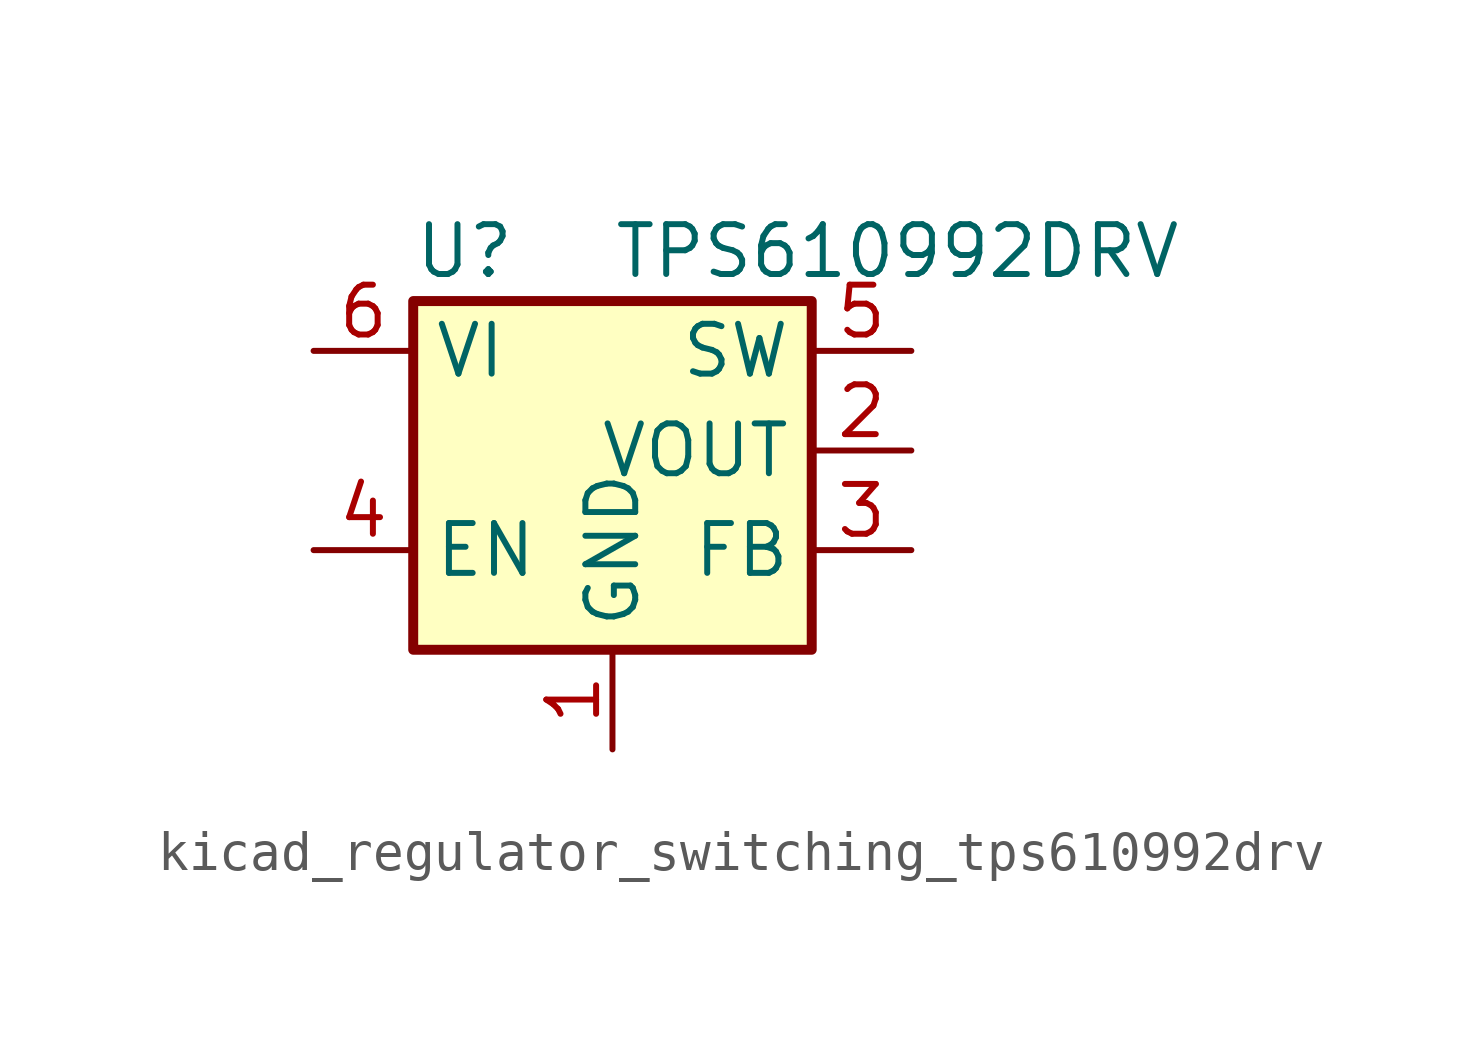
<source format=kicad_sym>
(kicad_symbol_lib
  (version 20220914)
  (generator kicad_symbol_editor)
  (symbol "kicad_regulator_switching_tps610992drv"
    (property "Reference" "U"
      (at -5.08 7.62 0)
      (effects (font (size 1.27 1.27)) (justify left)))
    (property "Value" "TPS610992DRV"
      (at 0 7.62 0)
      (effects (font (size 1.27 1.27)) (justify left)))
    (symbol "kicad_regulator_switching_tps610992drv_0_1"
      (rectangle (start -5.08 6.35) (end 5.08 -2.54) (stroke (width 0.254) (type default)) (fill (type background))))
    (symbol "kicad_regulator_switching_tps610992drv_1_1"
      (pin power_in line (at 0 -5.08 90) (length 2.54) (name "GND" (effects (font (size 1.27 1.27)))) (number "1" (effects (font (size 1.27 1.27)))))
      (pin power_out line (at 7.62 2.54 180) (length 2.54) (name "VOUT" (effects (font (size 1.27 1.27)))) (number "2" (effects (font (size 1.27 1.27)))))
      (pin passive line (at 7.62 0 180) (length 2.54) (name "FB" (effects (font (size 1.27 1.27)))) (number "3" (effects (font (size 1.27 1.27)))))
      (pin input line (at -7.62 0 0) (length 2.54) (name "EN" (effects (font (size 1.27 1.27)))) (number "4" (effects (font (size 1.27 1.27)))))
      (pin power_in line (at 7.62 5.08 180) (length 2.54) (name "SW" (effects (font (size 1.27 1.27)))) (number "5" (effects (font (size 1.27 1.27)))))
      (pin power_in line (at -7.62 5.08 0) (length 2.54) (name "VI" (effects (font (size 1.27 1.27)))) (number "6" (effects (font (size 1.27 1.27)))))
      (pin passive line (at 0 -5.08 90) (length 2.54) hide (name "GND" (effects (font (size 1.27 1.27)))) (number "7" (effects (font (size 1.27 1.27))))))))
</source>
